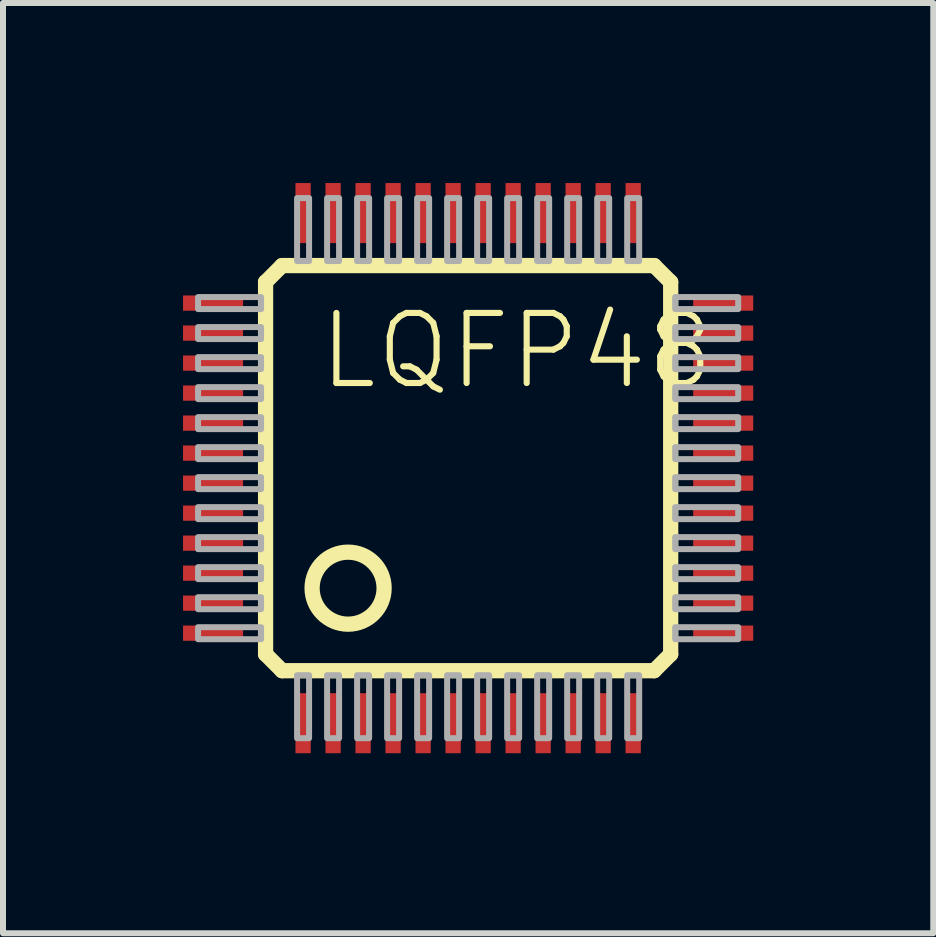
<source format=kicad_pcb>
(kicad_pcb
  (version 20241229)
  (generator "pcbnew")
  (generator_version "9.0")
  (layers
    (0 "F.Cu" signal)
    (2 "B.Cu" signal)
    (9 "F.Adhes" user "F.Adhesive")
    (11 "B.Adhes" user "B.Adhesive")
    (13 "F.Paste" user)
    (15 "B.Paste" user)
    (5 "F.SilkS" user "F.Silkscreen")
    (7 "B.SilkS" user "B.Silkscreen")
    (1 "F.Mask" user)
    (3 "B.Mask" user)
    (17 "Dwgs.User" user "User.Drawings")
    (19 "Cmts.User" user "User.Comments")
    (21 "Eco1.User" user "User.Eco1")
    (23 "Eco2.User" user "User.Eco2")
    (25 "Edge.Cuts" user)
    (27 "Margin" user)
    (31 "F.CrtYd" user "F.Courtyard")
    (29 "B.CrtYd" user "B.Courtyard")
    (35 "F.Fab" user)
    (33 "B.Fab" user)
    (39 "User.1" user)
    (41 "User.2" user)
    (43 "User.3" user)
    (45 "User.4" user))
  (footprint "LQFP48"
    (layer "F.Cu")
    (at 4.75 4.75)
    (property "Reference" "LQFP48" (at -2.54 -1.27 0) (layer "F.SilkS") (effects (font (size 1.168 1.168) (thickness 0.102)) (justify left bottom)))
    (fp_line (start -3.375 -3.1) (end -3.1 -3.375) (stroke (width 0.254) (type solid)) (layer "F.SilkS"))
    (fp_line (start -3.375 3.1) (end -3.375 -3.1) (stroke (width 0.254) (type solid)) (layer "F.SilkS"))
    (fp_line (start -3.1 -3.375) (end 3.1 -3.375) (stroke (width 0.254) (type solid)) (layer "F.SilkS"))
    (fp_line (start -3.1 3.375) (end -3.375 3.1) (stroke (width 0.254) (type solid)) (layer "F.SilkS"))
    (fp_line (start 3.1 -3.375) (end 3.375 -3.1) (stroke (width 0.254) (type solid)) (layer "F.SilkS"))
    (fp_line (start 3.1 3.375) (end -3.1 3.375) (stroke (width 0.254) (type solid)) (layer "F.SilkS"))
    (fp_line (start 3.375 -3.1) (end 3.375 3.1) (stroke (width 0.254) (type solid)) (layer "F.SilkS"))
    (fp_line (start 3.375 3.1) (end 3.1 3.375) (stroke (width 0.254) (type solid)) (layer "F.SilkS"))
    (fp_circle (center -2 2) (end -1.4 2) (stroke (width 0.254) (type solid)) (fill no) (layer "F.SilkS"))
    (fp_poly (pts (xy -4.5 -2.65) (xy -3.45 -2.65) (xy -3.45 -2.85) (xy -4.5 -2.85)) (stroke (width 0.1) (type default)) (fill no) (layer "F.Fab"))
    (fp_poly (pts (xy -4.5 -2.15) (xy -3.45 -2.15) (xy -3.45 -2.35) (xy -4.5 -2.35)) (stroke (width 0.1) (type default)) (fill no) (layer "F.Fab"))
    (fp_poly (pts (xy -4.5 -1.65) (xy -3.45 -1.65) (xy -3.45 -1.85) (xy -4.5 -1.85)) (stroke (width 0.1) (type default)) (fill no) (layer "F.Fab"))
    (fp_poly (pts (xy -4.5 -1.15) (xy -3.45 -1.15) (xy -3.45 -1.35) (xy -4.5 -1.35)) (stroke (width 0.1) (type default)) (fill no) (layer "F.Fab"))
    (fp_poly (pts (xy -4.5 -0.65) (xy -3.45 -0.65) (xy -3.45 -0.85) (xy -4.5 -0.85)) (stroke (width 0.1) (type default)) (fill no) (layer "F.Fab"))
    (fp_poly (pts (xy -4.5 -0.15) (xy -3.45 -0.15) (xy -3.45 -0.35) (xy -4.5 -0.35)) (stroke (width 0.1) (type default)) (fill no) (layer "F.Fab"))
    (fp_poly (pts (xy -4.5 0.35) (xy -3.45 0.35) (xy -3.45 0.15) (xy -4.5 0.15)) (stroke (width 0.1) (type default)) (fill no) (layer "F.Fab"))
    (fp_poly (pts (xy -4.5 0.85) (xy -3.45 0.85) (xy -3.45 0.65) (xy -4.5 0.65)) (stroke (width 0.1) (type default)) (fill no) (layer "F.Fab"))
    (fp_poly (pts (xy -4.5 1.35) (xy -3.45 1.35) (xy -3.45 1.15) (xy -4.5 1.15)) (stroke (width 0.1) (type default)) (fill no) (layer "F.Fab"))
    (fp_poly (pts (xy -4.5 1.85) (xy -3.45 1.85) (xy -3.45 1.65) (xy -4.5 1.65)) (stroke (width 0.1) (type default)) (fill no) (layer "F.Fab"))
    (fp_poly (pts (xy -4.5 2.35) (xy -3.45 2.35) (xy -3.45 2.15) (xy -4.5 2.15)) (stroke (width 0.1) (type default)) (fill no) (layer "F.Fab"))
    (fp_poly (pts (xy -4.5 2.85) (xy -3.45 2.85) (xy -3.45 2.65) (xy -4.5 2.65)) (stroke (width 0.1) (type default)) (fill no) (layer "F.Fab"))
    (fp_poly (pts (xy -2.85 -3.45) (xy -2.65 -3.45) (xy -2.65 -4.5) (xy -2.85 -4.5)) (stroke (width 0.1) (type default)) (fill no) (layer "F.Fab"))
    (fp_poly (pts (xy -2.85 4.5) (xy -2.65 4.5) (xy -2.65 3.45) (xy -2.85 3.45)) (stroke (width 0.1) (type default)) (fill no) (layer "F.Fab"))
    (fp_poly (pts (xy -2.35 -3.45) (xy -2.15 -3.45) (xy -2.15 -4.5) (xy -2.35 -4.5)) (stroke (width 0.1) (type default)) (fill no) (layer "F.Fab"))
    (fp_poly (pts (xy -2.35 4.5) (xy -2.15 4.5) (xy -2.15 3.45) (xy -2.35 3.45)) (stroke (width 0.1) (type default)) (fill no) (layer "F.Fab"))
    (fp_poly (pts (xy -1.85 -3.45) (xy -1.65 -3.45) (xy -1.65 -4.5) (xy -1.85 -4.5)) (stroke (width 0.1) (type default)) (fill no) (layer "F.Fab"))
    (fp_poly (pts (xy -1.85 4.5) (xy -1.65 4.5) (xy -1.65 3.45) (xy -1.85 3.45)) (stroke (width 0.1) (type default)) (fill no) (layer "F.Fab"))
    (fp_poly (pts (xy -1.35 -3.45) (xy -1.15 -3.45) (xy -1.15 -4.5) (xy -1.35 -4.5)) (stroke (width 0.1) (type default)) (fill no) (layer "F.Fab"))
    (fp_poly (pts (xy -1.35 4.5) (xy -1.15 4.5) (xy -1.15 3.45) (xy -1.35 3.45)) (stroke (width 0.1) (type default)) (fill no) (layer "F.Fab"))
    (fp_poly (pts (xy -0.85 -3.45) (xy -0.65 -3.45) (xy -0.65 -4.5) (xy -0.85 -4.5)) (stroke (width 0.1) (type default)) (fill no) (layer "F.Fab"))
    (fp_poly (pts (xy -0.85 4.5) (xy -0.65 4.5) (xy -0.65 3.45) (xy -0.85 3.45)) (stroke (width 0.1) (type default)) (fill no) (layer "F.Fab"))
    (fp_poly (pts (xy -0.35 -3.45) (xy -0.15 -3.45) (xy -0.15 -4.5) (xy -0.35 -4.5)) (stroke (width 0.1) (type default)) (fill no) (layer "F.Fab"))
    (fp_poly (pts (xy -0.35 4.5) (xy -0.15 4.5) (xy -0.15 3.45) (xy -0.35 3.45)) (stroke (width 0.1) (type default)) (fill no) (layer "F.Fab"))
    (fp_poly (pts (xy 0.15 -3.45) (xy 0.35 -3.45) (xy 0.35 -4.5) (xy 0.15 -4.5)) (stroke (width 0.1) (type default)) (fill no) (layer "F.Fab"))
    (fp_poly (pts (xy 0.15 4.5) (xy 0.35 4.5) (xy 0.35 3.45) (xy 0.15 3.45)) (stroke (width 0.1) (type default)) (fill no) (layer "F.Fab"))
    (fp_poly (pts (xy 0.65 -3.45) (xy 0.85 -3.45) (xy 0.85 -4.5) (xy 0.65 -4.5)) (stroke (width 0.1) (type default)) (fill no) (layer "F.Fab"))
    (fp_poly (pts (xy 0.65 4.5) (xy 0.85 4.5) (xy 0.85 3.45) (xy 0.65 3.45)) (stroke (width 0.1) (type default)) (fill no) (layer "F.Fab"))
    (fp_poly (pts (xy 1.15 -3.45) (xy 1.35 -3.45) (xy 1.35 -4.5) (xy 1.15 -4.5)) (stroke (width 0.1) (type default)) (fill no) (layer "F.Fab"))
    (fp_poly (pts (xy 1.15 4.5) (xy 1.35 4.5) (xy 1.35 3.45) (xy 1.15 3.45)) (stroke (width 0.1) (type default)) (fill no) (layer "F.Fab"))
    (fp_poly (pts (xy 1.65 -3.45) (xy 1.85 -3.45) (xy 1.85 -4.5) (xy 1.65 -4.5)) (stroke (width 0.1) (type default)) (fill no) (layer "F.Fab"))
    (fp_poly (pts (xy 1.65 4.5) (xy 1.85 4.5) (xy 1.85 3.45) (xy 1.65 3.45)) (stroke (width 0.1) (type default)) (fill no) (layer "F.Fab"))
    (fp_poly (pts (xy 2.15 -3.45) (xy 2.35 -3.45) (xy 2.35 -4.5) (xy 2.15 -4.5)) (stroke (width 0.1) (type default)) (fill no) (layer "F.Fab"))
    (fp_poly (pts (xy 2.15 4.5) (xy 2.35 4.5) (xy 2.35 3.45) (xy 2.15 3.45)) (stroke (width 0.1) (type default)) (fill no) (layer "F.Fab"))
    (fp_poly (pts (xy 2.65 -3.45) (xy 2.85 -3.45) (xy 2.85 -4.5) (xy 2.65 -4.5)) (stroke (width 0.1) (type default)) (fill no) (layer "F.Fab"))
    (fp_poly (pts (xy 2.65 4.5) (xy 2.85 4.5) (xy 2.85 3.45) (xy 2.65 3.45)) (stroke (width 0.1) (type default)) (fill no) (layer "F.Fab"))
    (fp_poly (pts (xy 3.45 -2.65) (xy 4.5 -2.65) (xy 4.5 -2.85) (xy 3.45 -2.85)) (stroke (width 0.1) (type default)) (fill no) (layer "F.Fab"))
    (fp_poly (pts (xy 3.45 -2.15) (xy 4.5 -2.15) (xy 4.5 -2.35) (xy 3.45 -2.35)) (stroke (width 0.1) (type default)) (fill no) (layer "F.Fab"))
    (fp_poly (pts (xy 3.45 -1.65) (xy 4.5 -1.65) (xy 4.5 -1.85) (xy 3.45 -1.85)) (stroke (width 0.1) (type default)) (fill no) (layer "F.Fab"))
    (fp_poly (pts (xy 3.45 -1.15) (xy 4.5 -1.15) (xy 4.5 -1.35) (xy 3.45 -1.35)) (stroke (width 0.1) (type default)) (fill no) (layer "F.Fab"))
    (fp_poly (pts (xy 3.45 -0.65) (xy 4.5 -0.65) (xy 4.5 -0.85) (xy 3.45 -0.85)) (stroke (width 0.1) (type default)) (fill no) (layer "F.Fab"))
    (fp_poly (pts (xy 3.45 -0.15) (xy 4.5 -0.15) (xy 4.5 -0.35) (xy 3.45 -0.35)) (stroke (width 0.1) (type default)) (fill no) (layer "F.Fab"))
    (fp_poly (pts (xy 3.45 0.35) (xy 4.5 0.35) (xy 4.5 0.15) (xy 3.45 0.15)) (stroke (width 0.1) (type default)) (fill no) (layer "F.Fab"))
    (fp_poly (pts (xy 3.45 0.85) (xy 4.5 0.85) (xy 4.5 0.65) (xy 3.45 0.65)) (stroke (width 0.1) (type default)) (fill no) (layer "F.Fab"))
    (fp_poly (pts (xy 3.45 1.35) (xy 4.5 1.35) (xy 4.5 1.15) (xy 3.45 1.15)) (stroke (width 0.1) (type default)) (fill no) (layer "F.Fab"))
    (fp_poly (pts (xy 3.45 1.85) (xy 4.5 1.85) (xy 4.5 1.65) (xy 3.45 1.65)) (stroke (width 0.1) (type default)) (fill no) (layer "F.Fab"))
    (fp_poly (pts (xy 3.45 2.35) (xy 4.5 2.35) (xy 4.5 2.15) (xy 3.45 2.15)) (stroke (width 0.1) (type default)) (fill no) (layer "F.Fab"))
    (fp_poly (pts (xy 3.45 2.85) (xy 4.5 2.85) (xy 4.5 2.65) (xy 3.45 2.65)) (stroke (width 0.1) (type default)) (fill no) (layer "F.Fab"))
    (pad "1" smd rect (at -2.75 4.25) (size 0.254 1) (layers "F.Cu" "F.Mask" "F.Paste"))
    (pad "2" smd rect (at -2.25 4.25) (size 0.254 1) (layers "F.Cu" "F.Mask" "F.Paste"))
    (pad "3" smd rect (at -1.75 4.25) (size 0.254 1) (layers "F.Cu" "F.Mask" "F.Paste"))
    (pad "4" smd rect (at -1.25 4.25) (size 0.254 1) (layers "F.Cu" "F.Mask" "F.Paste"))
    (pad "5" smd rect (at -0.75 4.25) (size 0.254 1) (layers "F.Cu" "F.Mask" "F.Paste"))
    (pad "6" smd rect (at -0.25 4.25) (size 0.254 1) (layers "F.Cu" "F.Mask" "F.Paste"))
    (pad "7" smd rect (at 0.25 4.25) (size 0.254 1) (layers "F.Cu" "F.Mask" "F.Paste"))
    (pad "8" smd rect (at 0.75 4.25) (size 0.254 1) (layers "F.Cu" "F.Mask" "F.Paste"))
    (pad "9" smd rect (at 1.25 4.25) (size 0.254 1) (layers "F.Cu" "F.Mask" "F.Paste"))
    (pad "10" smd rect (at 1.75 4.25) (size 0.254 1) (layers "F.Cu" "F.Mask" "F.Paste"))
    (pad "11" smd rect (at 2.25 4.25) (size 0.254 1) (layers "F.Cu" "F.Mask" "F.Paste"))
    (pad "12" smd rect (at 2.75 4.25) (size 0.254 1) (layers "F.Cu" "F.Mask" "F.Paste"))
    (pad "13" smd rect (at 4.25 2.75) (size 1 0.254) (layers "F.Cu" "F.Mask" "F.Paste"))
    (pad "14" smd rect (at 4.25 2.25) (size 1 0.254) (layers "F.Cu" "F.Mask" "F.Paste"))
    (pad "15" smd rect (at 4.25 1.75) (size 1 0.254) (layers "F.Cu" "F.Mask" "F.Paste"))
    (pad "16" smd rect (at 4.25 1.25) (size 1 0.254) (layers "F.Cu" "F.Mask" "F.Paste"))
    (pad "17" smd rect (at 4.25 0.75) (size 1 0.254) (layers "F.Cu" "F.Mask" "F.Paste"))
    (pad "18" smd rect (at 4.25 0.25) (size 1 0.254) (layers "F.Cu" "F.Mask" "F.Paste"))
    (pad "19" smd rect (at 4.25 -0.25) (size 1 0.254) (layers "F.Cu" "F.Mask" "F.Paste"))
    (pad "20" smd rect (at 4.25 -0.75) (size 1 0.254) (layers "F.Cu" "F.Mask" "F.Paste"))
    (pad "21" smd rect (at 4.25 -1.25) (size 1 0.254) (layers "F.Cu" "F.Mask" "F.Paste"))
    (pad "22" smd rect (at 4.25 -1.75) (size 1 0.254) (layers "F.Cu" "F.Mask" "F.Paste"))
    (pad "23" smd rect (at 4.25 -2.25) (size 1 0.254) (layers "F.Cu" "F.Mask" "F.Paste"))
    (pad "24" smd rect (at 4.25 -2.75) (size 1 0.254) (layers "F.Cu" "F.Mask" "F.Paste"))
    (pad "25" smd rect (at 2.75 -4.25) (size 0.254 1) (layers "F.Cu" "F.Mask" "F.Paste"))
    (pad "26" smd rect (at 2.25 -4.25) (size 0.254 1) (layers "F.Cu" "F.Mask" "F.Paste"))
    (pad "27" smd rect (at 1.75 -4.25) (size 0.254 1) (layers "F.Cu" "F.Mask" "F.Paste"))
    (pad "28" smd rect (at 1.25 -4.25) (size 0.254 1) (layers "F.Cu" "F.Mask" "F.Paste"))
    (pad "29" smd rect (at 0.75 -4.25) (size 0.254 1) (layers "F.Cu" "F.Mask" "F.Paste"))
    (pad "30" smd rect (at 0.25 -4.25) (size 0.254 1) (layers "F.Cu" "F.Mask" "F.Paste"))
    (pad "31" smd rect (at -0.25 -4.25) (size 0.254 1) (layers "F.Cu" "F.Mask" "F.Paste"))
    (pad "32" smd rect (at -0.75 -4.25) (size 0.254 1) (layers "F.Cu" "F.Mask" "F.Paste"))
    (pad "33" smd rect (at -1.25 -4.25) (size 0.254 1) (layers "F.Cu" "F.Mask" "F.Paste"))
    (pad "34" smd rect (at -1.75 -4.25) (size 0.254 1) (layers "F.Cu" "F.Mask" "F.Paste"))
    (pad "35" smd rect (at -2.25 -4.25) (size 0.254 1) (layers "F.Cu" "F.Mask" "F.Paste"))
    (pad "36" smd rect (at -2.75 -4.25) (size 0.254 1) (layers "F.Cu" "F.Mask" "F.Paste"))
    (pad "37" smd rect (at -4.25 -2.75) (size 1 0.254) (layers "F.Cu" "F.Mask" "F.Paste"))
    (pad "38" smd rect (at -4.25 -2.25) (size 1 0.254) (layers "F.Cu" "F.Mask" "F.Paste"))
    (pad "39" smd rect (at -4.25 -1.75) (size 1 0.254) (layers "F.Cu" "F.Mask" "F.Paste"))
    (pad "40" smd rect (at -4.25 -1.25) (size 1 0.254) (layers "F.Cu" "F.Mask" "F.Paste"))
    (pad "41" smd rect (at -4.25 -0.75) (size 1 0.254) (layers "F.Cu" "F.Mask" "F.Paste"))
    (pad "42" smd rect (at -4.25 -0.25) (size 1 0.254) (layers "F.Cu" "F.Mask" "F.Paste"))
    (pad "43" smd rect (at -4.25 0.25) (size 1 0.254) (layers "F.Cu" "F.Mask" "F.Paste"))
    (pad "44" smd rect (at -4.25 0.75) (size 1 0.254) (layers "F.Cu" "F.Mask" "F.Paste"))
    (pad "45" smd rect (at -4.25 1.25) (size 1 0.254) (layers "F.Cu" "F.Mask" "F.Paste"))
    (pad "46" smd rect (at -4.25 1.75) (size 1 0.254) (layers "F.Cu" "F.Mask" "F.Paste"))
    (pad "47" smd rect (at -4.25 2.25) (size 1 0.254) (layers "F.Cu" "F.Mask" "F.Paste"))
    (pad "48" smd rect (at -4.25 2.75) (size 1 0.254) (layers "F.Cu" "F.Mask" "F.Paste")))
  (gr_rect
    (start -3 -3)
    (end 12.5 12.5)
    (stroke (width 0.1) (type default))
    (fill no)
    (layer "Edge.Cuts")))
</source>
